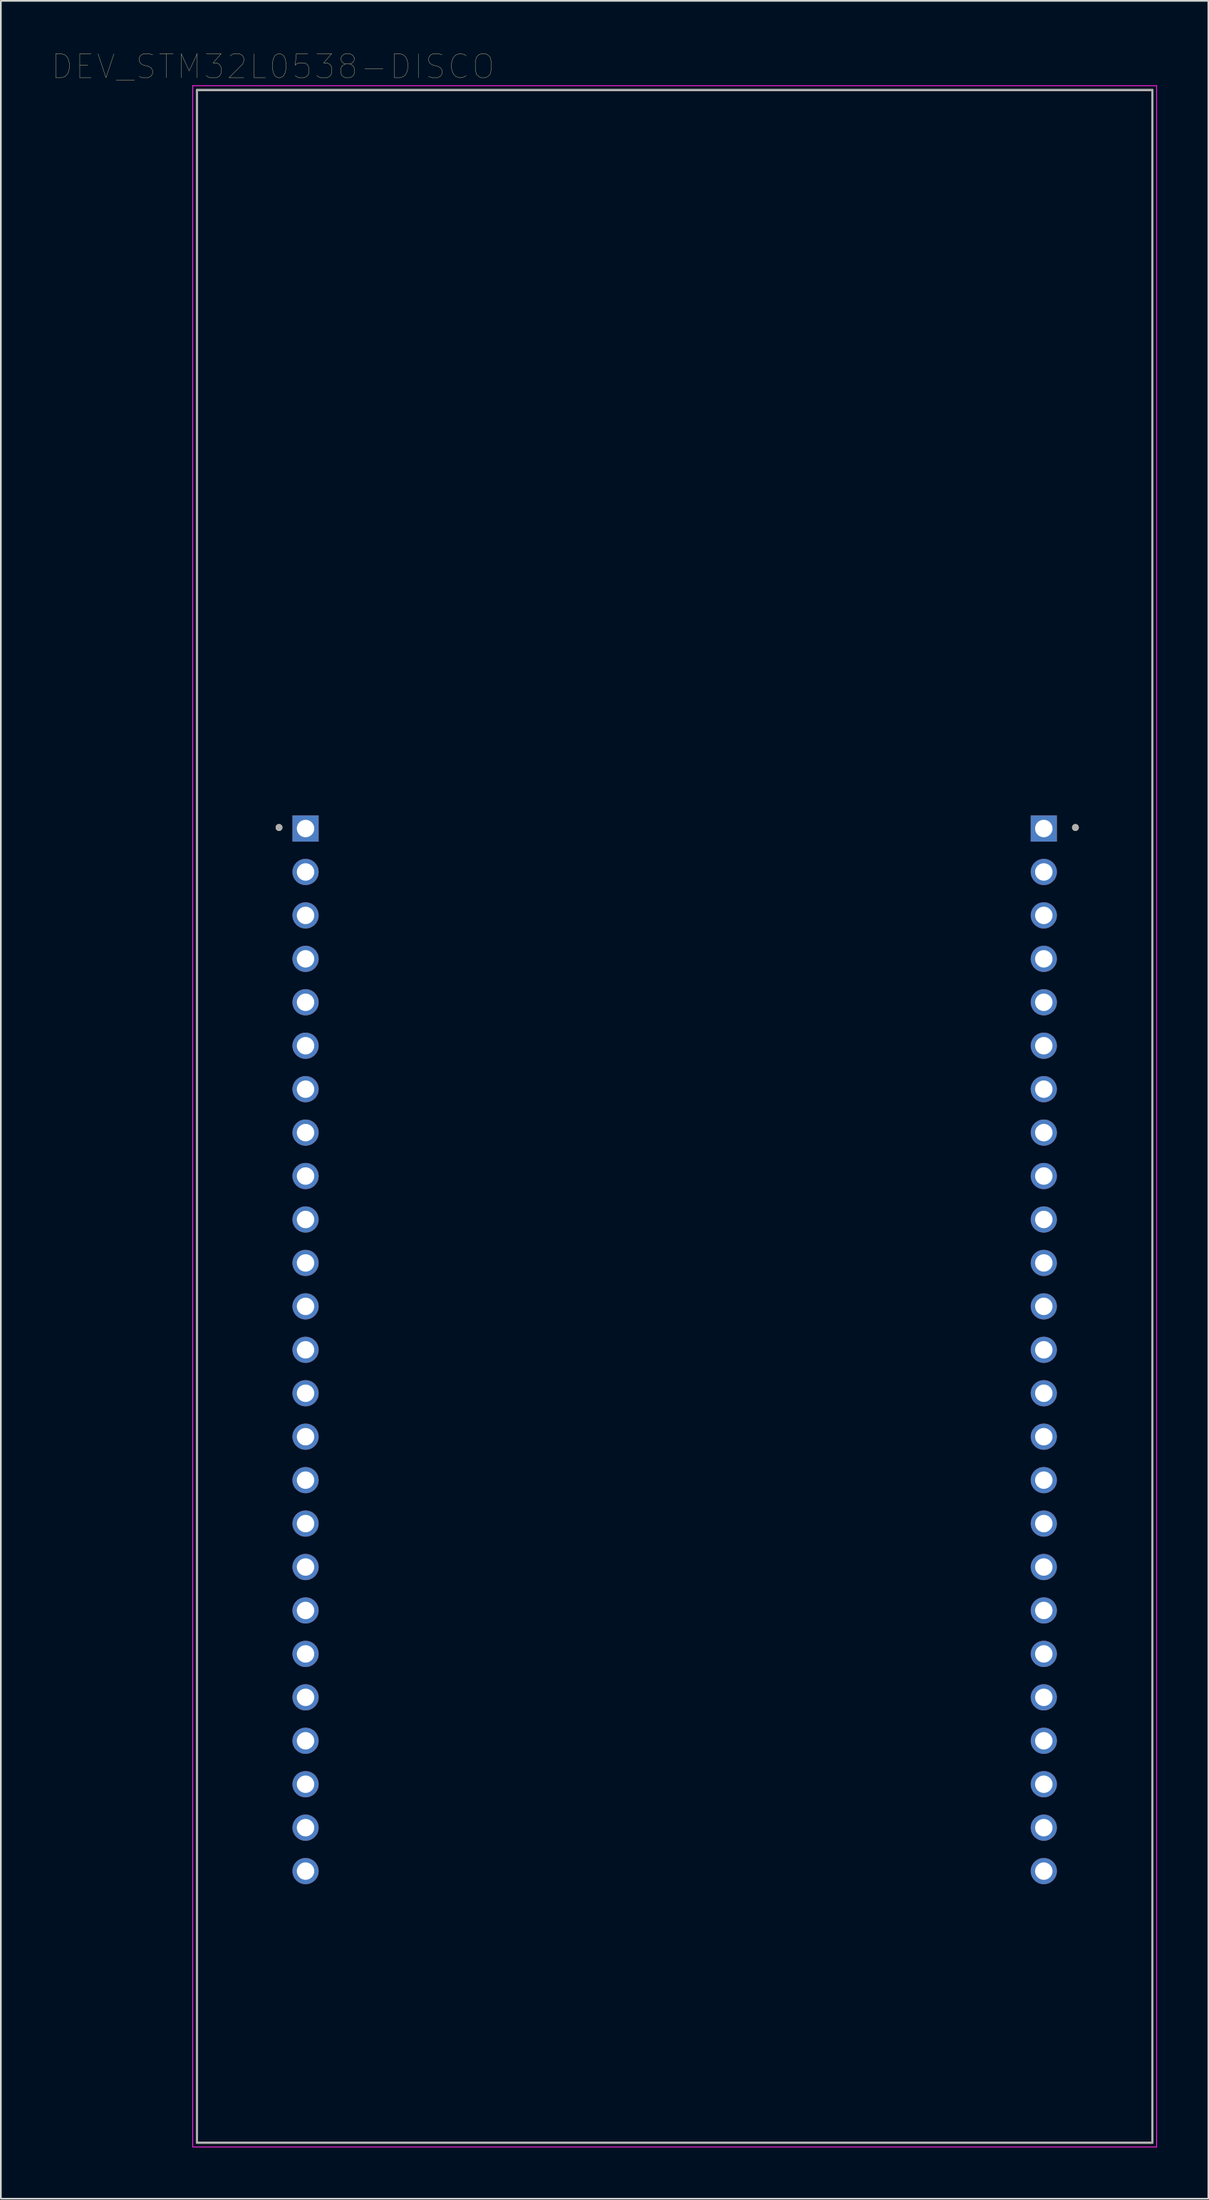
<source format=kicad_pcb>
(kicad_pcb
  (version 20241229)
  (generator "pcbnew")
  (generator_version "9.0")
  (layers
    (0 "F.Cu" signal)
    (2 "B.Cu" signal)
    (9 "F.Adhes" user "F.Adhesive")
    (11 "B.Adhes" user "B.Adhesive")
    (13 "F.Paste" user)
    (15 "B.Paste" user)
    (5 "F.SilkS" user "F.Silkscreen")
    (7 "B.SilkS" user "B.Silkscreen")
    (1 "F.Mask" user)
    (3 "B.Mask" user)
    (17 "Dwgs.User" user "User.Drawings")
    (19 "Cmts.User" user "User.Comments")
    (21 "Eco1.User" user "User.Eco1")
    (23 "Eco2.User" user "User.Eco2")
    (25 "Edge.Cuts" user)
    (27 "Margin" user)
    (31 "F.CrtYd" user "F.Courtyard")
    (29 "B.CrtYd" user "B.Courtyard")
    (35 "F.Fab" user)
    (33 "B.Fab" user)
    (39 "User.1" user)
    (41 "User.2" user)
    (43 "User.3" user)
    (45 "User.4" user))
  (footprint "DEV_STM32L0538-DISCO"
    (layer "F.Cu")
    (at 36.411 62.224)
    (property "Reference" "DEV_STM32L0538-DISCO" (at -23.495 -61.379 0) (layer "F.SilkS") (effects (font (size 1.4 1.4) (thickness 0.015))))
    (attr through_hole)
    (fp_line (start -27.94 -60.01) (end 27.94 -60.01) (stroke (width 0.127) (type solid)) (layer "F.SilkS"))
    (fp_line (start -27.94 60.01) (end -27.94 -60.01) (stroke (width 0.127) (type solid)) (layer "F.SilkS"))
    (fp_line (start 27.94 -60.01) (end 27.94 60.01) (stroke (width 0.127) (type solid)) (layer "F.SilkS"))
    (fp_line (start 27.94 60.01) (end -27.94 60.01) (stroke (width 0.127) (type solid)) (layer "F.SilkS"))
    (fp_circle (center -23.14 -16.89) (end -23.04 -16.89) (stroke (width 0.2) (type solid)) (fill no) (layer "F.SilkS"))
    (fp_circle (center 23.44 -16.89) (end 23.54 -16.89) (stroke (width 0.2) (type solid)) (fill no) (layer "F.SilkS"))
    (fp_line (start -28.19 -60.26) (end 28.19 -60.26) (stroke (width 0.05) (type solid)) (layer "F.CrtYd"))
    (fp_line (start -28.19 60.26) (end -28.19 -60.26) (stroke (width 0.05) (type solid)) (layer "F.CrtYd"))
    (fp_line (start 28.19 -60.26) (end 28.19 60.26) (stroke (width 0.05) (type solid)) (layer "F.CrtYd"))
    (fp_line (start 28.19 60.26) (end -28.19 60.26) (stroke (width 0.05) (type solid)) (layer "F.CrtYd"))
    (fp_line (start -27.94 -60.01) (end 27.94 -60.01) (stroke (width 0.127) (type solid)) (layer "F.Fab"))
    (fp_line (start -27.94 60.01) (end -27.94 -60.01) (stroke (width 0.127) (type solid)) (layer "F.Fab"))
    (fp_line (start 27.94 -60.01) (end 27.94 60.01) (stroke (width 0.127) (type solid)) (layer "F.Fab"))
    (fp_line (start 27.94 60.01) (end -27.94 60.01) (stroke (width 0.127) (type solid)) (layer "F.Fab"))
    (fp_circle (center -23.14 -16.89) (end -23.04 -16.89) (stroke (width 0.2) (type solid)) (fill no) (layer "F.Fab"))
    (fp_circle (center 23.44 -16.89) (end 23.54 -16.89) (stroke (width 0.2) (type solid)) (fill no) (layer "F.Fab"))
    (pad "P2_1" thru_hole rect (at -21.59 -16.83) (size 1.53 1.53) (drill 1.02) (layers "*.Cu" "*.Mask"))
    (pad "P2_2" thru_hole circle (at -21.59 -14.29) (size 1.53 1.53) (drill 1.02) (layers "*.Cu" "*.Mask"))
    (pad "P2_3" thru_hole circle (at -21.59 -11.75) (size 1.53 1.53) (drill 1.02) (layers "*.Cu" "*.Mask"))
    (pad "P2_4" thru_hole circle (at -21.59 -9.21) (size 1.53 1.53) (drill 1.02) (layers "*.Cu" "*.Mask"))
    (pad "P2_5" thru_hole circle (at -21.59 -6.67) (size 1.53 1.53) (drill 1.02) (layers "*.Cu" "*.Mask"))
    (pad "P2_6" thru_hole circle (at -21.59 -4.13) (size 1.53 1.53) (drill 1.02) (layers "*.Cu" "*.Mask"))
    (pad "P2_7" thru_hole circle (at -21.59 -1.59) (size 1.53 1.53) (drill 1.02) (layers "*.Cu" "*.Mask"))
    (pad "P2_8" thru_hole circle (at -21.59 0.95) (size 1.53 1.53) (drill 1.02) (layers "*.Cu" "*.Mask"))
    (pad "P2_9" thru_hole circle (at -21.59 3.49) (size 1.53 1.53) (drill 1.02) (layers "*.Cu" "*.Mask"))
    (pad "P2_10" thru_hole circle (at -21.59 6.03) (size 1.53 1.53) (drill 1.02) (layers "*.Cu" "*.Mask"))
    (pad "P2_11" thru_hole circle (at -21.59 8.57) (size 1.53 1.53) (drill 1.02) (layers "*.Cu" "*.Mask"))
    (pad "P2_12" thru_hole circle (at -21.59 11.11) (size 1.53 1.53) (drill 1.02) (layers "*.Cu" "*.Mask"))
    (pad "P2_13" thru_hole circle (at -21.59 13.65) (size 1.53 1.53) (drill 1.02) (layers "*.Cu" "*.Mask"))
    (pad "P2_14" thru_hole circle (at -21.59 16.19) (size 1.53 1.53) (drill 1.02) (layers "*.Cu" "*.Mask"))
    (pad "P2_15" thru_hole circle (at -21.59 18.73) (size 1.53 1.53) (drill 1.02) (layers "*.Cu" "*.Mask"))
    (pad "P2_16" thru_hole circle (at -21.59 21.27) (size 1.53 1.53) (drill 1.02) (layers "*.Cu" "*.Mask"))
    (pad "P2_17" thru_hole circle (at -21.59 23.81) (size 1.53 1.53) (drill 1.02) (layers "*.Cu" "*.Mask"))
    (pad "P2_18" thru_hole circle (at -21.59 26.35) (size 1.53 1.53) (drill 1.02) (layers "*.Cu" "*.Mask"))
    (pad "P2_19" thru_hole circle (at -21.59 28.89) (size 1.53 1.53) (drill 1.02) (layers "*.Cu" "*.Mask"))
    (pad "P2_20" thru_hole circle (at -21.59 31.43) (size 1.53 1.53) (drill 1.02) (layers "*.Cu" "*.Mask"))
    (pad "P2_21" thru_hole circle (at -21.59 33.97) (size 1.53 1.53) (drill 1.02) (layers "*.Cu" "*.Mask"))
    (pad "P2_22" thru_hole circle (at -21.59 36.51) (size 1.53 1.53) (drill 1.02) (layers "*.Cu" "*.Mask"))
    (pad "P2_23" thru_hole circle (at -21.59 39.05) (size 1.53 1.53) (drill 1.02) (layers "*.Cu" "*.Mask"))
    (pad "P2_24" thru_hole circle (at -21.59 41.59) (size 1.53 1.53) (drill 1.02) (layers "*.Cu" "*.Mask"))
    (pad "P2_25" thru_hole circle (at -21.59 44.13) (size 1.53 1.53) (drill 1.02) (layers "*.Cu" "*.Mask"))
    (pad "P3_1" thru_hole rect (at 21.59 -16.83) (size 1.53 1.53) (drill 1.02) (layers "*.Cu" "*.Mask"))
    (pad "P3_2" thru_hole circle (at 21.59 -14.29) (size 1.53 1.53) (drill 1.02) (layers "*.Cu" "*.Mask"))
    (pad "P3_3" thru_hole circle (at 21.59 -11.75) (size 1.53 1.53) (drill 1.02) (layers "*.Cu" "*.Mask"))
    (pad "P3_4" thru_hole circle (at 21.59 -9.21) (size 1.53 1.53) (drill 1.02) (layers "*.Cu" "*.Mask"))
    (pad "P3_5" thru_hole circle (at 21.59 -6.67) (size 1.53 1.53) (drill 1.02) (layers "*.Cu" "*.Mask"))
    (pad "P3_6" thru_hole circle (at 21.59 -4.13) (size 1.53 1.53) (drill 1.02) (layers "*.Cu" "*.Mask"))
    (pad "P3_7" thru_hole circle (at 21.59 -1.59) (size 1.53 1.53) (drill 1.02) (layers "*.Cu" "*.Mask"))
    (pad "P3_8" thru_hole circle (at 21.59 0.95) (size 1.53 1.53) (drill 1.02) (layers "*.Cu" "*.Mask"))
    (pad "P3_9" thru_hole circle (at 21.59 3.49) (size 1.53 1.53) (drill 1.02) (layers "*.Cu" "*.Mask"))
    (pad "P3_10" thru_hole circle (at 21.59 6.03) (size 1.53 1.53) (drill 1.02) (layers "*.Cu" "*.Mask"))
    (pad "P3_11" thru_hole circle (at 21.59 8.57) (size 1.53 1.53) (drill 1.02) (layers "*.Cu" "*.Mask"))
    (pad "P3_12" thru_hole circle (at 21.59 11.11) (size 1.53 1.53) (drill 1.02) (layers "*.Cu" "*.Mask"))
    (pad "P3_13" thru_hole circle (at 21.59 13.65) (size 1.53 1.53) (drill 1.02) (layers "*.Cu" "*.Mask"))
    (pad "P3_14" thru_hole circle (at 21.59 16.19) (size 1.53 1.53) (drill 1.02) (layers "*.Cu" "*.Mask"))
    (pad "P3_15" thru_hole circle (at 21.59 18.73) (size 1.53 1.53) (drill 1.02) (layers "*.Cu" "*.Mask"))
    (pad "P3_16" thru_hole circle (at 21.59 21.27) (size 1.53 1.53) (drill 1.02) (layers "*.Cu" "*.Mask"))
    (pad "P3_17" thru_hole circle (at 21.59 23.81) (size 1.53 1.53) (drill 1.02) (layers "*.Cu" "*.Mask"))
    (pad "P3_18" thru_hole circle (at 21.59 26.35) (size 1.53 1.53) (drill 1.02) (layers "*.Cu" "*.Mask"))
    (pad "P3_19" thru_hole circle (at 21.59 28.89) (size 1.53 1.53) (drill 1.02) (layers "*.Cu" "*.Mask"))
    (pad "P3_20" thru_hole circle (at 21.59 31.43) (size 1.53 1.53) (drill 1.02) (layers "*.Cu" "*.Mask"))
    (pad "P3_21" thru_hole circle (at 21.59 33.97) (size 1.53 1.53) (drill 1.02) (layers "*.Cu" "*.Mask"))
    (pad "P3_22" thru_hole circle (at 21.59 36.51) (size 1.53 1.53) (drill 1.02) (layers "*.Cu" "*.Mask"))
    (pad "P3_23" thru_hole circle (at 21.59 39.05) (size 1.53 1.53) (drill 1.02) (layers "*.Cu" "*.Mask"))
    (pad "P3_24" thru_hole circle (at 21.59 41.59) (size 1.53 1.53) (drill 1.02) (layers "*.Cu" "*.Mask"))
    (pad "P3_25" thru_hole circle (at 21.59 44.13) (size 1.53 1.53) (drill 1.02) (layers "*.Cu" "*.Mask")))
  (gr_rect
    (start -3 -3)
    (end 67.626 125.509)
    (stroke (width 0.1) (type default))
    (fill no)
    (layer "Edge.Cuts")))
</source>
